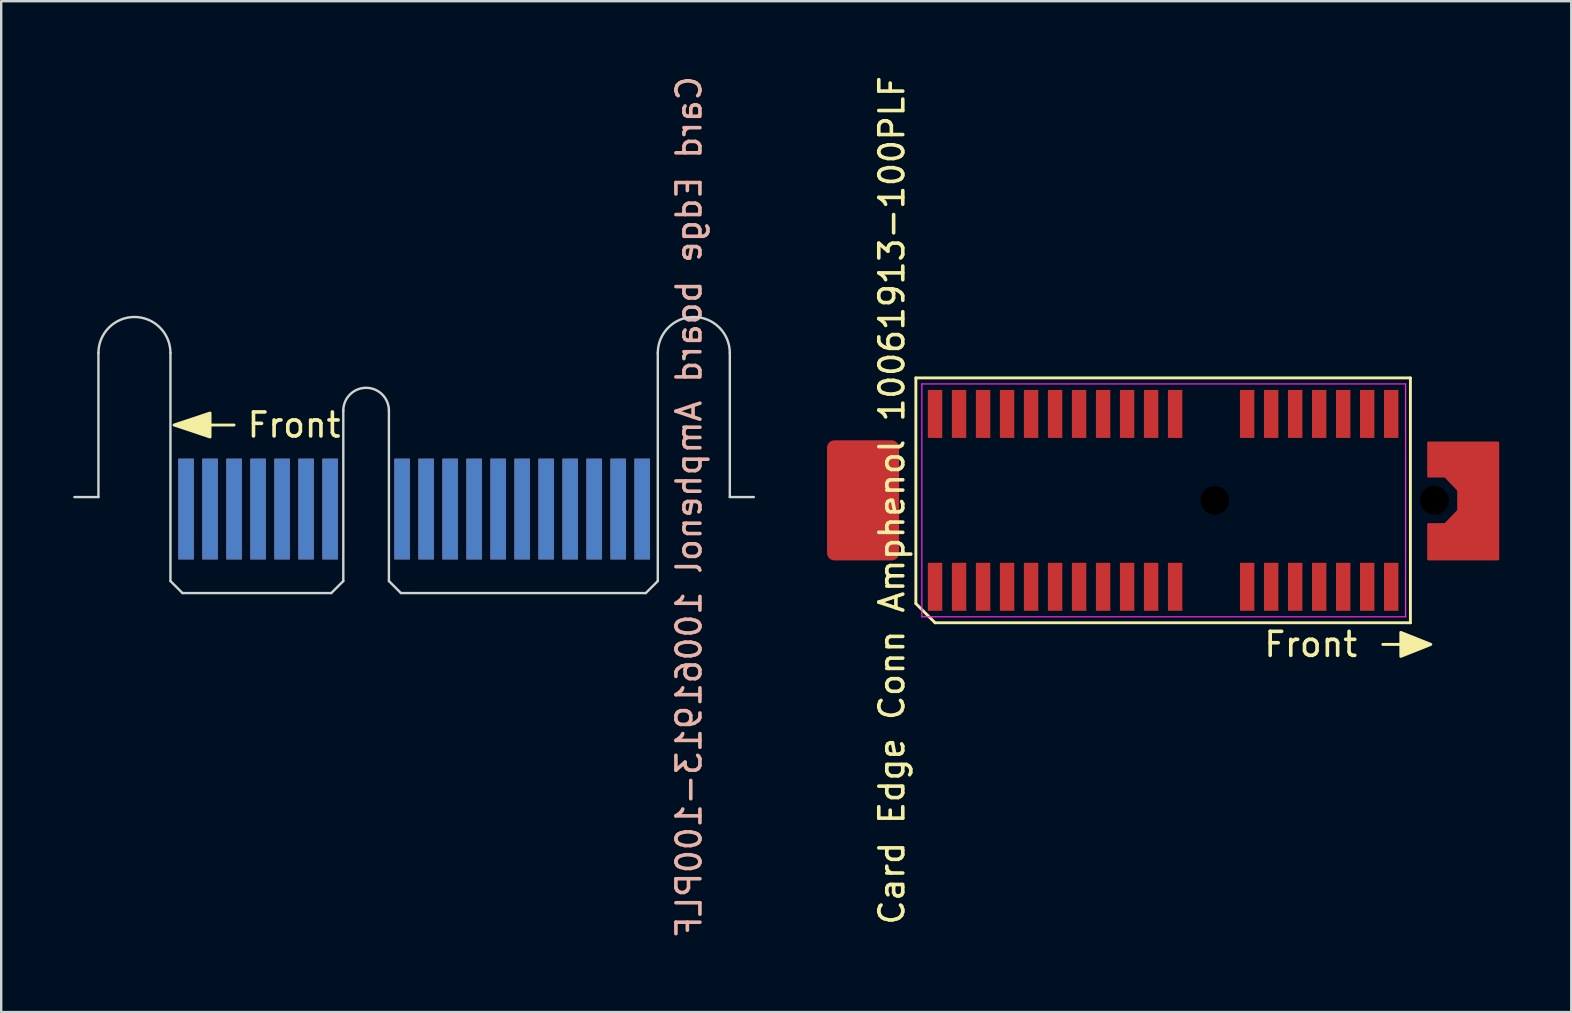
<source format=kicad_pcb>
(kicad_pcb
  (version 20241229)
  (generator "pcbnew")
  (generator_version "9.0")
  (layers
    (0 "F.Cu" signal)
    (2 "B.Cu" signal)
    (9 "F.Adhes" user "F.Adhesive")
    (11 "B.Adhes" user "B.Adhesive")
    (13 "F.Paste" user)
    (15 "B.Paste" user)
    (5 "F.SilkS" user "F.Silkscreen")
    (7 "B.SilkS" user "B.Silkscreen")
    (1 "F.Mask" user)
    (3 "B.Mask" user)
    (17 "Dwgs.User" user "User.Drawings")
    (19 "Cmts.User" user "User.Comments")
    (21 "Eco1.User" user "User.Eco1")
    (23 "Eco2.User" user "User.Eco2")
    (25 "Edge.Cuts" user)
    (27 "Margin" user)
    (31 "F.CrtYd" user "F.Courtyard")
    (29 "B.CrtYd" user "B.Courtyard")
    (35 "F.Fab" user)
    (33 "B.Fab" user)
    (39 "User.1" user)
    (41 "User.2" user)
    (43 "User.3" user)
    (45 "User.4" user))
  (footprint "Card Edge Conn Amphenol 10061913-100PLF"
    (layer "F.Cu")
    (at 47.55 17.792)
    (property "Reference" "Card Edge Conn Amphenol 10061913-100PLF" (at -13.45 0 90) (layer "F.SilkS") (effects (font (size 1 1) (thickness 0.15))))
    (attr through_hole)
    (fp_poly (pts (xy 11.8 2.45) (xy 11.8 -2.4) (xy 8.9 -2.4) (xy 8.9 -1) (xy 9.6 -1) (xy 10.15 -0.425) (xy 10.15 0.425) (xy 9.6 1) (xy 8.9 1) (xy 8.9 2.45)) (stroke (width 0.1) (type solid)) (fill yes) (layer "F.Cu"))
    (fp_line (start -12.45 -5.1) (end 8.15 -5.1) (stroke (width 0.12) (type solid)) (layer "F.SilkS"))
    (fp_line (start -12.45 4.3) (end -12.45 -5.1) (stroke (width 0.12) (type solid)) (layer "F.SilkS"))
    (fp_line (start -11.65 5.1) (end -12.45 4.3) (stroke (width 0.12) (type solid)) (layer "F.SilkS"))
    (fp_line (start 7 6) (end 8 6) (stroke (width 0.12) (type solid)) (layer "F.SilkS"))
    (fp_line (start 8.15 -5.1) (end 8.15 5.1) (stroke (width 0.12) (type solid)) (layer "F.SilkS"))
    (fp_line (start 8.15 5.1) (end -11.65 5.1) (stroke (width 0.12) (type solid)) (layer "F.SilkS"))
    (fp_poly (pts (xy 9 6) (xy 7.75 6.5) (xy 7.75 5.5)) (stroke (width 0.12) (type solid)) (fill yes) (layer "F.SilkS"))
    (fp_line (start -12.2 -4.85) (end 7.95 -4.85) (stroke (width 0.05) (type solid)) (layer "F.CrtYd"))
    (fp_line (start -12.2 4.85) (end -12.2 -4.85) (stroke (width 0.05) (type solid)) (layer "F.CrtYd"))
    (fp_line (start 7.95 -4.85) (end 7.95 4.85) (stroke (width 0.05) (type solid)) (layer "F.CrtYd"))
    (fp_line (start 7.95 4.85) (end -12.2 4.85) (stroke (width 0.05) (type solid)) (layer "F.CrtYd"))
    (fp_text user "Front" (at 4 6 0) (unlocked yes) (layer "F.SilkS") (effects (font (size 1 1) (thickness 0.15))))
    (pad "" smd roundrect (at -14.65 0) (size 3 5) (layers "F.Cu" "F.Mask" "F.Paste") (roundrect_rratio 0.1))
    (pad "" np_thru_hole circle (at 0 0) (size 1.8 1.8) (drill 1.2) (layers "*.Mask"))
    (pad "" np_thru_hole circle (at 9.15 0) (size 1.8 1.8) (drill 1.2) (layers "*.Mask"))
    (pad "1" smd rect (at -11.65 3.6) (size 0.6 2) (layers "F.Cu" "F.Mask" "F.Paste"))
    (pad "2" smd rect (at -10.65 3.6) (size 0.6 2) (layers "F.Cu" "F.Mask" "F.Paste"))
    (pad "3" smd rect (at -9.65 3.6) (size 0.6 2) (layers "F.Cu" "F.Mask" "F.Paste"))
    (pad "4" smd rect (at -8.65 3.6) (size 0.6 2) (layers "F.Cu" "F.Mask" "F.Paste"))
    (pad "5" smd rect (at -7.65 3.6) (size 0.6 2) (layers "F.Cu" "F.Mask" "F.Paste"))
    (pad "6" smd rect (at -6.65 3.6) (size 0.6 2) (layers "F.Cu" "F.Mask" "F.Paste"))
    (pad "7" smd rect (at -5.65 3.6) (size 0.6 2) (layers "F.Cu" "F.Mask" "F.Paste"))
    (pad "8" smd rect (at -4.65 3.6) (size 0.6 2) (layers "F.Cu" "F.Mask" "F.Paste"))
    (pad "9" smd rect (at -3.65 3.6) (size 0.6 2) (layers "F.Cu" "F.Mask" "F.Paste"))
    (pad "10" smd rect (at -2.65 3.6) (size 0.6 2) (layers "F.Cu" "F.Mask" "F.Paste"))
    (pad "11" smd rect (at -1.65 3.6) (size 0.6 2) (layers "F.Cu" "F.Mask" "F.Paste"))
    (pad "12" smd rect (at 1.35 3.6) (size 0.6 2) (layers "F.Cu" "F.Mask" "F.Paste"))
    (pad "13" smd rect (at 2.35 3.6) (size 0.6 2) (layers "F.Cu" "F.Mask" "F.Paste"))
    (pad "14" smd rect (at 3.35 3.6) (size 0.6 2) (layers "F.Cu" "F.Mask" "F.Paste"))
    (pad "15" smd rect (at 4.35 3.6) (size 0.6 2) (layers "F.Cu" "F.Mask" "F.Paste"))
    (pad "16" smd rect (at 5.35 3.6) (size 0.6 2) (layers "F.Cu" "F.Mask" "F.Paste"))
    (pad "17" smd rect (at 6.35 3.6) (size 0.6 2) (layers "F.Cu" "F.Mask" "F.Paste"))
    (pad "18" smd rect (at 7.35 3.6) (size 0.6 2) (layers "F.Cu" "F.Mask" "F.Paste"))
    (pad "19" smd rect (at 7.35 -3.6) (size 0.6 2) (layers "F.Cu" "F.Mask" "F.Paste"))
    (pad "20" smd rect (at 6.35 -3.6) (size 0.6 2) (layers "F.Cu" "F.Mask" "F.Paste"))
    (pad "21" smd rect (at 5.35 -3.6) (size 0.6 2) (layers "F.Cu" "F.Mask" "F.Paste"))
    (pad "22" smd rect (at 4.35 -3.6) (size 0.6 2) (layers "F.Cu" "F.Mask" "F.Paste"))
    (pad "23" smd rect (at 3.35 -3.6) (size 0.6 2) (layers "F.Cu" "F.Mask" "F.Paste"))
    (pad "24" smd rect (at 2.35 -3.6) (size 0.6 2) (layers "F.Cu" "F.Mask" "F.Paste"))
    (pad "25" smd rect (at 1.35 -3.6) (size 0.6 2) (layers "F.Cu" "F.Mask" "F.Paste"))
    (pad "26" smd rect (at -1.65 -3.6) (size 0.6 2) (layers "F.Cu" "F.Mask" "F.Paste"))
    (pad "27" smd rect (at -2.65 -3.6) (size 0.6 2) (layers "F.Cu" "F.Mask" "F.Paste"))
    (pad "28" smd rect (at -3.65 -3.6) (size 0.6 2) (layers "F.Cu" "F.Mask" "F.Paste"))
    (pad "29" smd rect (at -4.65 -3.6) (size 0.6 2) (layers "F.Cu" "F.Mask" "F.Paste"))
    (pad "30" smd rect (at -5.65 -3.6) (size 0.6 2) (layers "F.Cu" "F.Mask" "F.Paste"))
    (pad "31" smd rect (at -6.65 -3.6) (size 0.6 2) (layers "F.Cu" "F.Mask" "F.Paste"))
    (pad "32" smd rect (at -7.65 -3.6) (size 0.6 2) (layers "F.Cu" "F.Mask" "F.Paste"))
    (pad "33" smd rect (at -8.65 -3.6) (size 0.6 2) (layers "F.Cu" "F.Mask" "F.Paste"))
    (pad "34" smd rect (at -9.65 -3.6) (size 0.6 2) (layers "F.Cu" "F.Mask" "F.Paste"))
    (pad "35" smd rect (at -10.65 -3.6) (size 0.6 2) (layers "F.Cu" "F.Mask" "F.Paste"))
    (pad "36" smd rect (at -11.65 -3.6) (size 0.6 2) (layers "F.Cu" "F.Mask" "F.Paste")))
  (footprint "Card Edge board Amphenol 10061913-100PLF"
    (layer "F.Cu")
    (at 12.2 21.654)
    (property "Reference" "Card Edge board Amphenol 10061913-100PLF" (at 13.45 -3.6 270) (layer "B.SilkS") (effects (font (size 1 1) (thickness 0.15)) (justify mirror)))
    (attr through_hole)
    (fp_line (start -5.5 -7) (end -6.75 -7) (stroke (width 0.12) (type solid)) (layer "F.SilkS"))
    (fp_poly (pts (xy -8 -7) (xy -6.5 -6.5) (xy -6.5 -7.5)) (stroke (width 0.12) (type solid)) (fill yes) (layer "F.SilkS"))
    (fp_line (start -12.15 -4) (end -11.15 -4) (stroke (width 0.1) (type solid)) (layer "Edge.Cuts"))
    (fp_line (start -11.15 -4) (end -11.15 -10) (stroke (width 0.1) (type solid)) (layer "Edge.Cuts"))
    (fp_line (start -8.15 -10) (end -8.15 -0.5) (stroke (width 0.1) (type solid)) (layer "Edge.Cuts"))
    (fp_line (start -8.15 -0.5) (end -7.65 0) (stroke (width 0.1) (type default)) (layer "Edge.Cuts"))
    (fp_line (start -7.65 0) (end -1.45 0) (stroke (width 0.1) (type solid)) (layer "Edge.Cuts"))
    (fp_line (start -0.95 -0.5) (end -1.45 0) (stroke (width 0.1) (type default)) (layer "Edge.Cuts"))
    (fp_line (start -0.95 -0.5) (end -0.95 -7.6) (stroke (width 0.1) (type solid)) (layer "Edge.Cuts"))
    (fp_line (start 0.95 -7.6) (end 0.95 -0.5) (stroke (width 0.1) (type solid)) (layer "Edge.Cuts"))
    (fp_line (start 0.95 -0.5) (end 1.45 0) (stroke (width 0.1) (type default)) (layer "Edge.Cuts"))
    (fp_line (start 1.45 0) (end 11.65 0) (stroke (width 0.1) (type solid)) (layer "Edge.Cuts"))
    (fp_line (start 11.65 0) (end 12.15 -0.5) (stroke (width 0.1) (type default)) (layer "Edge.Cuts"))
    (fp_line (start 12.15 -0.5) (end 12.15 -10) (stroke (width 0.1) (type solid)) (layer "Edge.Cuts"))
    (fp_line (start 15.15 -10) (end 15.15 -4) (stroke (width 0.1) (type solid)) (layer "Edge.Cuts"))
    (fp_line (start 15.15 -4) (end 16.15 -4) (stroke (width 0.1) (type solid)) (layer "Edge.Cuts"))
    (fp_arc (start -11.15 -10) (mid -9.65 -11.5) (end -8.15 -10) (stroke (width 0.1) (type solid)) (layer "Edge.Cuts"))
    (fp_arc (start -0.95 -7.6) (mid 0 -8.55) (end 0.95 -7.6) (stroke (width 0.1) (type solid)) (layer "Edge.Cuts"))
    (fp_arc (start 12.15 -10) (mid 13.65 -11.5) (end 15.15 -10) (stroke (width 0.1) (type solid)) (layer "Edge.Cuts"))
    (fp_text user "Front" (at -3 -7 0) (unlocked yes) (layer "F.SilkS") (effects (font (size 1 1) (thickness 0.15))))
    (pad "1" smd rect (at 11.5 -3.5) (size 0.65 4.2) (layers "B.Cu" "B.Mask" "B.Paste"))
    (pad "2" smd rect (at 10.5 -3.5) (size 0.65 4.2) (layers "B.Cu" "B.Mask" "B.Paste"))
    (pad "3" smd rect (at 9.5 -3.5) (size 0.65 4.2) (layers "B.Cu" "B.Mask" "B.Paste"))
    (pad "4" smd rect (at 8.5 -3.5) (size 0.65 4.2) (layers "B.Cu" "B.Mask" "B.Paste"))
    (pad "5" smd rect (at 7.5 -3.5) (size 0.65 4.2) (layers "B.Cu" "B.Mask" "B.Paste"))
    (pad "6" smd rect (at 6.5 -3.5) (size 0.65 4.2) (layers "B.Cu" "B.Mask" "B.Paste"))
    (pad "7" smd rect (at 5.5 -3.5) (size 0.65 4.2) (layers "B.Cu" "B.Mask" "B.Paste"))
    (pad "8" smd rect (at 4.5 -3.5) (size 0.65 4.2) (layers "B.Cu" "B.Mask" "B.Paste"))
    (pad "9" smd rect (at 3.5 -3.5) (size 0.65 4.2) (layers "B.Cu" "B.Mask" "B.Paste"))
    (pad "10" smd rect (at 2.5 -3.5) (size 0.65 4.2) (layers "B.Cu" "B.Mask" "B.Paste"))
    (pad "11" smd rect (at 1.5 -3.5) (size 0.65 4.2) (layers "B.Cu" "B.Mask" "B.Paste"))
    (pad "12" smd rect (at -1.5 -3.5) (size 0.65 4.2) (layers "B.Cu" "B.Mask" "B.Paste"))
    (pad "13" smd rect (at -2.5 -3.5) (size 0.65 4.2) (layers "B.Cu" "B.Mask" "B.Paste"))
    (pad "14" smd rect (at -3.5 -3.5) (size 0.65 4.2) (layers "B.Cu" "B.Mask" "B.Paste"))
    (pad "15" smd rect (at -4.5 -3.5) (size 0.65 4.2) (layers "B.Cu" "B.Mask" "B.Paste"))
    (pad "16" smd rect (at -5.5 -3.5) (size 0.65 4.2) (layers "B.Cu" "B.Mask" "B.Paste"))
    (pad "17" smd rect (at -6.5 -3.5) (size 0.65 4.2) (layers "B.Cu" "B.Mask" "B.Paste"))
    (pad "18" smd rect (at -7.5 -3.5) (size 0.65 4.2) (layers "B.Cu" "B.Mask" "B.Paste"))
    (pad "19" smd rect (at -7.5 -3.5) (size 0.65 4.2) (layers "F.Cu" "F.Mask" "F.Paste"))
    (pad "20" smd rect (at -6.5 -3.5) (size 0.65 4.2) (layers "F.Cu" "F.Mask" "F.Paste"))
    (pad "21" smd rect (at -5.5 -3.5) (size 0.65 4.2) (layers "F.Cu" "F.Mask" "F.Paste"))
    (pad "22" smd rect (at -4.5 -3.5) (size 0.65 4.2) (layers "F.Cu" "F.Mask" "F.Paste"))
    (pad "23" smd rect (at -3.5 -3.5) (size 0.65 4.2) (layers "F.Cu" "F.Mask" "F.Paste"))
    (pad "24" smd rect (at -2.5 -3.5) (size 0.65 4.2) (layers "F.Cu" "F.Mask" "F.Paste"))
    (pad "25" smd rect (at -1.5 -3.5) (size 0.65 4.2) (layers "F.Cu" "F.Mask" "F.Paste"))
    (pad "26" smd rect (at 1.5 -3.5) (size 0.65 4.2) (layers "F.Cu" "F.Mask" "F.Paste"))
    (pad "27" smd rect (at 2.5 -3.5) (size 0.65 4.2) (layers "F.Cu" "F.Mask" "F.Paste"))
    (pad "28" smd rect (at 3.5 -3.5) (size 0.65 4.2) (layers "F.Cu" "F.Mask" "F.Paste"))
    (pad "29" smd rect (at 4.5 -3.5) (size 0.65 4.2) (layers "F.Cu" "F.Mask" "F.Paste"))
    (pad "30" smd rect (at 5.5 -3.5) (size 0.65 4.2) (layers "F.Cu" "F.Mask" "F.Paste"))
    (pad "31" smd rect (at 6.5 -3.5) (size 0.65 4.2) (layers "F.Cu" "F.Mask" "F.Paste"))
    (pad "32" smd rect (at 7.5 -3.5) (size 0.65 4.2) (layers "F.Cu" "F.Mask" "F.Paste"))
    (pad "33" smd rect (at 8.5 -3.5) (size 0.65 4.2) (layers "F.Cu" "F.Mask" "F.Paste"))
    (pad "34" smd rect (at 9.5 -3.5) (size 0.65 4.2) (layers "F.Cu" "F.Mask" "F.Paste"))
    (pad "35" smd rect (at 10.5 -3.5) (size 0.65 4.2) (layers "F.Cu" "F.Mask" "F.Paste"))
    (pad "36" smd rect (at 11.5 -3.5) (size 0.65 4.2) (layers "F.Cu" "F.Mask" "F.Paste")))
  (gr_rect
    (start -3 -3)
    (end 62.4 39.107)
    (stroke (width 0.1) (type default))
    (fill no)
    (layer "Edge.Cuts")))
</source>
